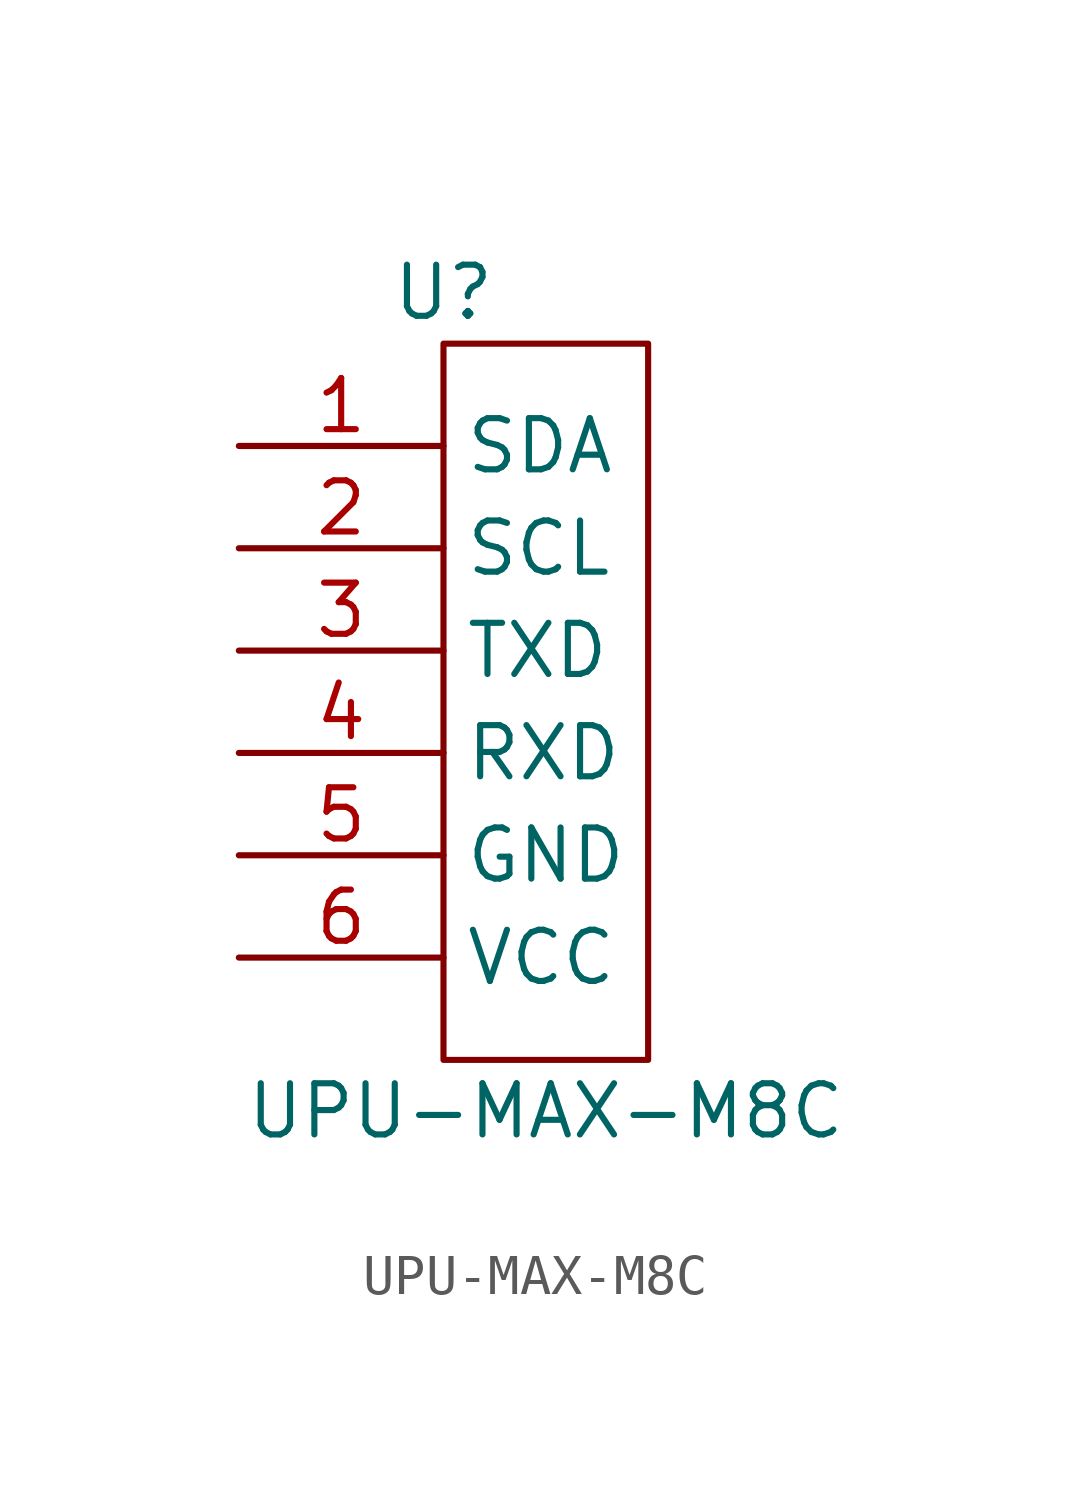
<source format=kicad_sym>
(kicad_symbol_lib
  (version 20211014)
  (generator kicad_symbol_editor)
  (symbol "UPU-MAX-M8C"
    (property "Reference" "U"
      (at 0 0 0)
      (effects (font (size 1.27 1.27))))
    (property "Value" "UPU-MAX-M8C"
      (at 2.54 -20.32 0)
      (effects (font (size 1.27 1.27))))
    (symbol "UPU-MAX-M8C_0_1"
      (rectangle (start 0 -1.27) (end 5.08 -19.05) (stroke (width 0.152) (type default) (color 0 0 0 0)) (fill (type none))))
    (symbol "UPU-MAX-M8C_1_1"
      (pin bidirectional line (at -5.08 -3.81 0) (length 5.08) (name "SDA" (effects (font (size 1.27 1.27)))) (number "1" (effects (font (size 1.27 1.27)))))
      (pin bidirectional line (at -5.08 -6.35 0) (length 5.08) (name "SCL" (effects (font (size 1.27 1.27)))) (number "2" (effects (font (size 1.27 1.27)))))
      (pin output line (at -5.08 -8.89 0) (length 5.08) (name "TXD" (effects (font (size 1.27 1.27)))) (number "3" (effects (font (size 1.27 1.27)))))
      (pin input line (at -5.08 -11.43 0) (length 5.08) (name "RXD" (effects (font (size 1.27 1.27)))) (number "4" (effects (font (size 1.27 1.27)))))
      (pin power_in line (at -5.08 -13.97 0) (length 5.08) (name "GND" (effects (font (size 1.27 1.27)))) (number "5" (effects (font (size 1.27 1.27)))))
      (pin power_in line (at -5.08 -16.51 0) (length 5.08) (name "VCC" (effects (font (size 1.27 1.27)))) (number "6" (effects (font (size 1.27 1.27))))))))
</source>
